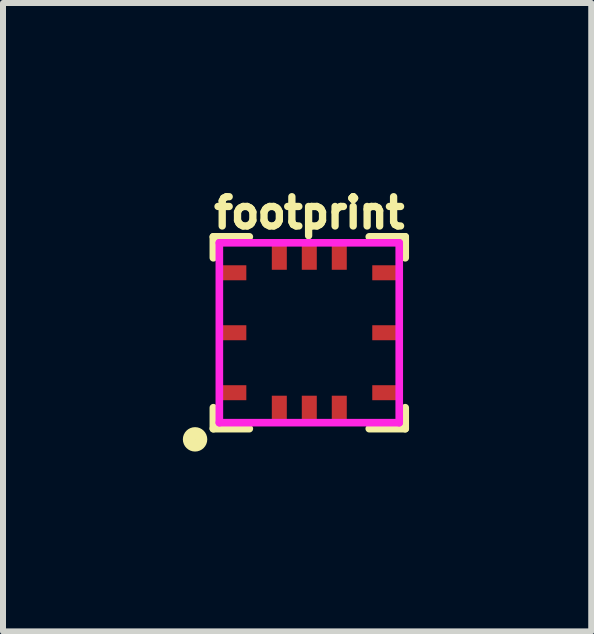
<source format=kicad_pcb>
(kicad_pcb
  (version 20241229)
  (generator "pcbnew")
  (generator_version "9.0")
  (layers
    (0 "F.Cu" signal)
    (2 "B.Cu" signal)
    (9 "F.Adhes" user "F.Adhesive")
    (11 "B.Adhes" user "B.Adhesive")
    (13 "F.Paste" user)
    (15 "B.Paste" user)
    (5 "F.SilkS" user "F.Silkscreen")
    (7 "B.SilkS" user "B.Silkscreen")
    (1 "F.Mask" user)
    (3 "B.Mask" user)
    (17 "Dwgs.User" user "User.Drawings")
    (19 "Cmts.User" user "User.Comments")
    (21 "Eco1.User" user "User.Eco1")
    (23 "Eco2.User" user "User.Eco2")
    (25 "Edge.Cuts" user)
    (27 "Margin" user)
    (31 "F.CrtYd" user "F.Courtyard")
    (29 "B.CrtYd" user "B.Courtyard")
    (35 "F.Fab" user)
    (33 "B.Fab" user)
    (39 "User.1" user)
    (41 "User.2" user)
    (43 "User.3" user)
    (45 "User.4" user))
  (footprint "footprint"
    (layer "F.Cu")
    (at 2.108 2.499)
    (property "Reference" "footprint" (at 0 -2 0) (layer "F.SilkS") (effects (font (size 0.488 0.488) (thickness 0.122))))
    (fp_line (start -1.6 -1.6) (end -1 -1.6) (stroke (width 0.127) (type solid)) (layer "F.SilkS"))
    (fp_line (start -1.6 -1.25) (end -1.6 -1.6) (stroke (width 0.127) (type solid)) (layer "F.SilkS"))
    (fp_line (start -1.6 1.6) (end -1.6 1.25) (stroke (width 0.127) (type solid)) (layer "F.SilkS"))
    (fp_line (start -1 1.6) (end -1.6 1.6) (stroke (width 0.127) (type solid)) (layer "F.SilkS"))
    (fp_line (start 1 -1.6) (end 1.6 -1.6) (stroke (width 0.127) (type solid)) (layer "F.SilkS"))
    (fp_line (start 1.6 -1.6) (end 1.6 -1.25) (stroke (width 0.127) (type solid)) (layer "F.SilkS"))
    (fp_line (start 1.6 1.25) (end 1.6 1.6) (stroke (width 0.127) (type solid)) (layer "F.SilkS"))
    (fp_line (start 1.6 1.6) (end 1 1.6) (stroke (width 0.127) (type solid)) (layer "F.SilkS"))
    (fp_circle (center -1.905 1.778) (end -1.803 1.778) (stroke (width 0.203) (type solid)) (fill no) (layer "F.SilkS"))
    (fp_line (start -1.5 -1.5) (end 1.5 -1.5) (stroke (width 0.127) (type solid)) (layer "F.CrtYd"))
    (fp_line (start -1.5 1.5) (end -1.5 -1.5) (stroke (width 0.127) (type solid)) (layer "F.CrtYd"))
    (fp_line (start 1.5 -1.5) (end 1.5 1.5) (stroke (width 0.127) (type solid)) (layer "F.CrtYd"))
    (fp_line (start 1.5 1.5) (end -1.5 1.5) (stroke (width 0.127) (type solid)) (layer "F.CrtYd"))
    (pad "1" smd rect (at -0.5 1.3 90) (size 0.5 0.25) (layers "F.Cu" "F.Mask" "F.Paste"))
    (pad "2" smd rect (at 0 1.3 90) (size 0.5 0.25) (layers "F.Cu" "F.Mask" "F.Paste"))
    (pad "3" smd rect (at 0.5 1.3 90) (size 0.5 0.25) (layers "F.Cu" "F.Mask" "F.Paste"))
    (pad "4" smd rect (at 1.3 1 180) (size 0.5 0.25) (layers "F.Cu" "F.Mask" "F.Paste"))
    (pad "5" smd rect (at 1.3 0) (size 0.5 0.25) (layers "F.Cu" "F.Mask" "F.Paste"))
    (pad "6" smd rect (at 1.3 -1 180) (size 0.5 0.25) (layers "F.Cu" "F.Mask" "F.Paste"))
    (pad "7" smd rect (at 0.5 -1.3 270) (size 0.5 0.25) (layers "F.Cu" "F.Mask" "F.Paste"))
    (pad "8" smd rect (at 0 -1.3 270) (size 0.5 0.25) (layers "F.Cu" "F.Mask" "F.Paste"))
    (pad "9" smd rect (at -0.5 -1.3 270) (size 0.5 0.25) (layers "F.Cu" "F.Mask" "F.Paste"))
    (pad "10" smd rect (at -1.3 -1) (size 0.5 0.25) (layers "F.Cu" "F.Mask" "F.Paste"))
    (pad "11" smd rect (at -1.3 0) (size 0.5 0.25) (layers "F.Cu" "F.Mask" "F.Paste"))
    (pad "12" smd rect (at -1.3 1) (size 0.5 0.25) (layers "F.Cu" "F.Mask" "F.Paste")))
  (gr_rect
    (start -3 -3)
    (end 6.81 7.48)
    (stroke (width 0.1) (type default))
    (fill no)
    (layer "Edge.Cuts")))
</source>
